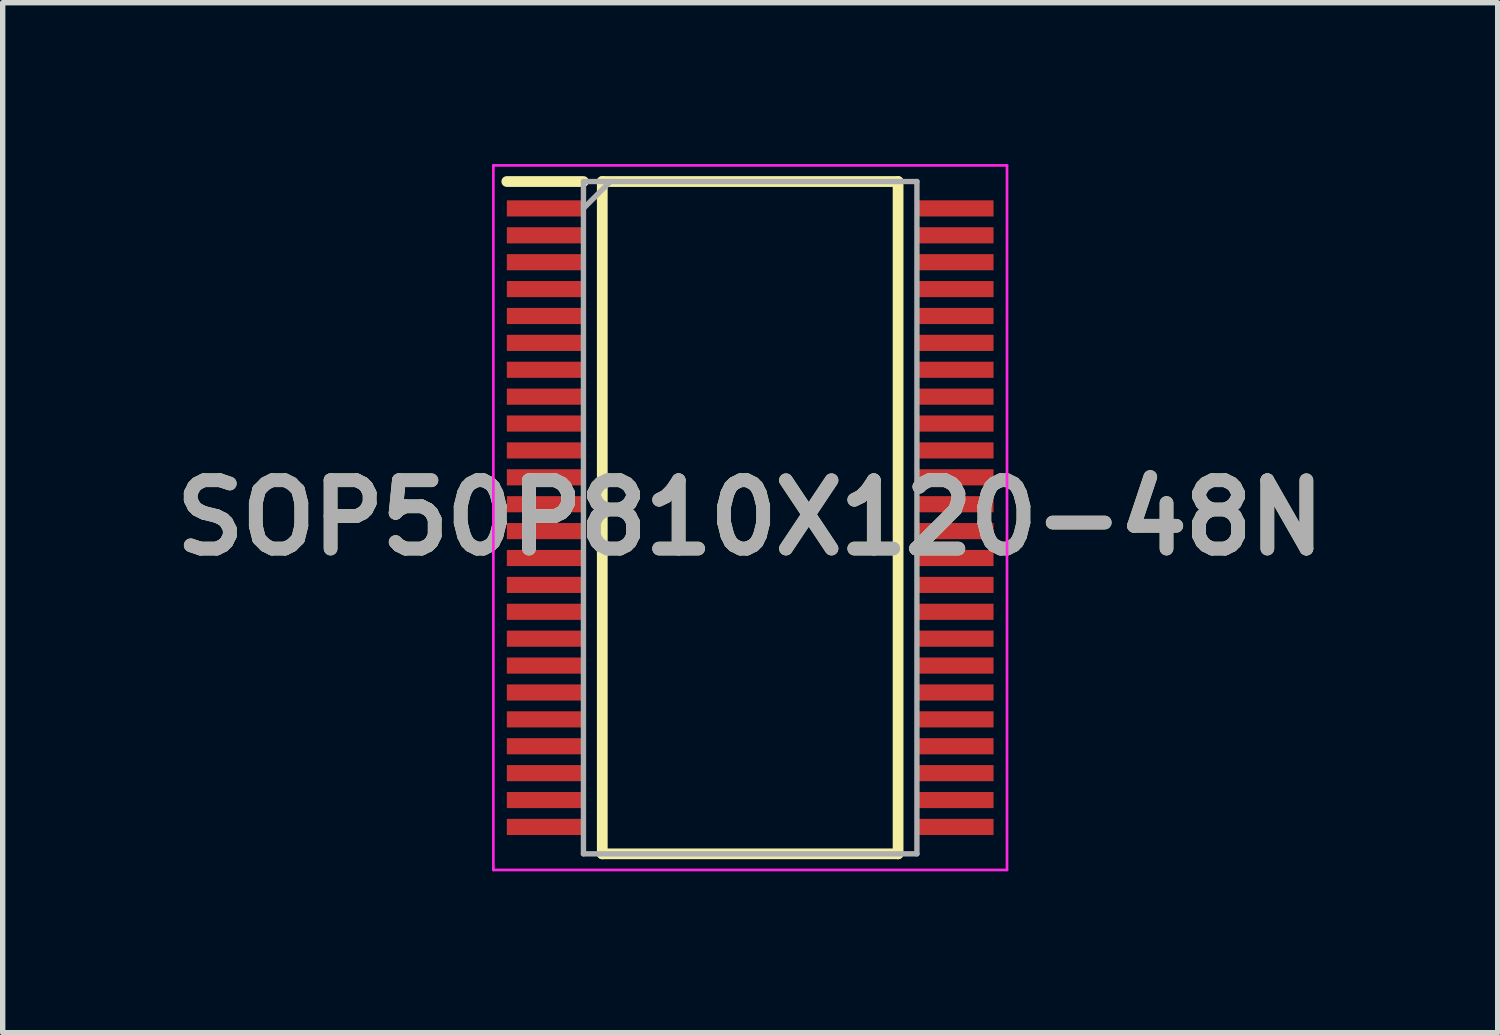
<source format=kicad_pcb>
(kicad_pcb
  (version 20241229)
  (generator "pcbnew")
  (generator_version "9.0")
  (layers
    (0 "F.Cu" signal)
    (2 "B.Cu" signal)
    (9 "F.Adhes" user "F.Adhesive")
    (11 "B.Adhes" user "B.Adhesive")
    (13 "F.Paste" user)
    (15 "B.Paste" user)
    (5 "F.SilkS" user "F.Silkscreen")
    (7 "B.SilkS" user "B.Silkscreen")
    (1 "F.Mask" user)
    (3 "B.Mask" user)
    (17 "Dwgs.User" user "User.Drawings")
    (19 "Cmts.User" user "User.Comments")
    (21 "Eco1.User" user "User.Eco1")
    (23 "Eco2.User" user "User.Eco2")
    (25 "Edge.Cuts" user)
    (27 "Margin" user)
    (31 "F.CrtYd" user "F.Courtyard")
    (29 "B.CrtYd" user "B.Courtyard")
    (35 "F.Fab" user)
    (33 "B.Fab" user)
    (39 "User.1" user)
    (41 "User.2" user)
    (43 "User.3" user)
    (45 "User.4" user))
  (footprint "SOP50P810X120-48N"
    (layer "F.Cu")
    (at 10.898 6.575)
    (property "Reference" "SOP50P810X120-48N" (at 0 0 0) (layer "F.SilkS") (effects (font (size 1.27 1.27) (thickness 0.254))))
    (attr smd)
    (fp_line (start -4.525 -6.25) (end -3.1 -6.25) (stroke (width 0.2) (type solid)) (layer "F.SilkS"))
    (fp_line (start -2.75 -6.25) (end 2.75 -6.25) (stroke (width 0.2) (type solid)) (layer "F.SilkS"))
    (fp_line (start -2.75 6.25) (end -2.75 -6.25) (stroke (width 0.2) (type solid)) (layer "F.SilkS"))
    (fp_line (start 2.75 -6.25) (end 2.75 6.25) (stroke (width 0.2) (type solid)) (layer "F.SilkS"))
    (fp_line (start 2.75 6.25) (end -2.75 6.25) (stroke (width 0.2) (type solid)) (layer "F.SilkS"))
    (fp_line (start -4.775 -6.55) (end 4.775 -6.55) (stroke (width 0.05) (type solid)) (layer "F.CrtYd"))
    (fp_line (start -4.775 6.55) (end -4.775 -6.55) (stroke (width 0.05) (type solid)) (layer "F.CrtYd"))
    (fp_line (start 4.775 -6.55) (end 4.775 6.55) (stroke (width 0.05) (type solid)) (layer "F.CrtYd"))
    (fp_line (start 4.775 6.55) (end -4.775 6.55) (stroke (width 0.05) (type solid)) (layer "F.CrtYd"))
    (fp_line (start -3.1 -6.25) (end 3.1 -6.25) (stroke (width 0.1) (type solid)) (layer "F.Fab"))
    (fp_line (start -3.1 -5.75) (end -2.6 -6.25) (stroke (width 0.1) (type solid)) (layer "F.Fab"))
    (fp_line (start -3.1 6.25) (end -3.1 -6.25) (stroke (width 0.1) (type solid)) (layer "F.Fab"))
    (fp_line (start 3.1 -6.25) (end 3.1 6.25) (stroke (width 0.1) (type solid)) (layer "F.Fab"))
    (fp_line (start 3.1 6.25) (end -3.1 6.25) (stroke (width 0.1) (type solid)) (layer "F.Fab"))
    (fp_text user "${REFERENCE}" (at 0 0 0) (layer "F.Fab") (effects (font (size 1.27 1.27) (thickness 0.254))))
    (pad "1" smd rect (at -3.812 -5.75 90) (size 0.3 1.425) (layers "F.Cu" "F.Mask" "F.Paste"))
    (pad "2" smd rect (at -3.812 -5.25 90) (size 0.3 1.425) (layers "F.Cu" "F.Mask" "F.Paste"))
    (pad "3" smd rect (at -3.812 -4.75 90) (size 0.3 1.425) (layers "F.Cu" "F.Mask" "F.Paste"))
    (pad "4" smd rect (at -3.812 -4.25 90) (size 0.3 1.425) (layers "F.Cu" "F.Mask" "F.Paste"))
    (pad "5" smd rect (at -3.812 -3.75 90) (size 0.3 1.425) (layers "F.Cu" "F.Mask" "F.Paste"))
    (pad "6" smd rect (at -3.812 -3.25 90) (size 0.3 1.425) (layers "F.Cu" "F.Mask" "F.Paste"))
    (pad "7" smd rect (at -3.812 -2.75 90) (size 0.3 1.425) (layers "F.Cu" "F.Mask" "F.Paste"))
    (pad "8" smd rect (at -3.812 -2.25 90) (size 0.3 1.425) (layers "F.Cu" "F.Mask" "F.Paste"))
    (pad "9" smd rect (at -3.812 -1.75 90) (size 0.3 1.425) (layers "F.Cu" "F.Mask" "F.Paste"))
    (pad "10" smd rect (at -3.812 -1.25 90) (size 0.3 1.425) (layers "F.Cu" "F.Mask" "F.Paste"))
    (pad "11" smd rect (at -3.812 -0.75 90) (size 0.3 1.425) (layers "F.Cu" "F.Mask" "F.Paste"))
    (pad "12" smd rect (at -3.812 -0.25 90) (size 0.3 1.425) (layers "F.Cu" "F.Mask" "F.Paste"))
    (pad "13" smd rect (at -3.812 0.25 90) (size 0.3 1.425) (layers "F.Cu" "F.Mask" "F.Paste"))
    (pad "14" smd rect (at -3.812 0.75 90) (size 0.3 1.425) (layers "F.Cu" "F.Mask" "F.Paste"))
    (pad "15" smd rect (at -3.812 1.25 90) (size 0.3 1.425) (layers "F.Cu" "F.Mask" "F.Paste"))
    (pad "16" smd rect (at -3.812 1.75 90) (size 0.3 1.425) (layers "F.Cu" "F.Mask" "F.Paste"))
    (pad "17" smd rect (at -3.812 2.25 90) (size 0.3 1.425) (layers "F.Cu" "F.Mask" "F.Paste"))
    (pad "18" smd rect (at -3.812 2.75 90) (size 0.3 1.425) (layers "F.Cu" "F.Mask" "F.Paste"))
    (pad "19" smd rect (at -3.812 3.25 90) (size 0.3 1.425) (layers "F.Cu" "F.Mask" "F.Paste"))
    (pad "20" smd rect (at -3.812 3.75 90) (size 0.3 1.425) (layers "F.Cu" "F.Mask" "F.Paste"))
    (pad "21" smd rect (at -3.812 4.25 90) (size 0.3 1.425) (layers "F.Cu" "F.Mask" "F.Paste"))
    (pad "22" smd rect (at -3.812 4.75 90) (size 0.3 1.425) (layers "F.Cu" "F.Mask" "F.Paste"))
    (pad "23" smd rect (at -3.812 5.25 90) (size 0.3 1.425) (layers "F.Cu" "F.Mask" "F.Paste"))
    (pad "24" smd rect (at -3.812 5.75 90) (size 0.3 1.425) (layers "F.Cu" "F.Mask" "F.Paste"))
    (pad "25" smd rect (at 3.812 5.75 90) (size 0.3 1.425) (layers "F.Cu" "F.Mask" "F.Paste"))
    (pad "26" smd rect (at 3.812 5.25 90) (size 0.3 1.425) (layers "F.Cu" "F.Mask" "F.Paste"))
    (pad "27" smd rect (at 3.812 4.75 90) (size 0.3 1.425) (layers "F.Cu" "F.Mask" "F.Paste"))
    (pad "28" smd rect (at 3.812 4.25 90) (size 0.3 1.425) (layers "F.Cu" "F.Mask" "F.Paste"))
    (pad "29" smd rect (at 3.812 3.75 90) (size 0.3 1.425) (layers "F.Cu" "F.Mask" "F.Paste"))
    (pad "30" smd rect (at 3.812 3.25 90) (size 0.3 1.425) (layers "F.Cu" "F.Mask" "F.Paste"))
    (pad "31" smd rect (at 3.812 2.75 90) (size 0.3 1.425) (layers "F.Cu" "F.Mask" "F.Paste"))
    (pad "32" smd rect (at 3.812 2.25 90) (size 0.3 1.425) (layers "F.Cu" "F.Mask" "F.Paste"))
    (pad "33" smd rect (at 3.812 1.75 90) (size 0.3 1.425) (layers "F.Cu" "F.Mask" "F.Paste"))
    (pad "34" smd rect (at 3.812 1.25 90) (size 0.3 1.425) (layers "F.Cu" "F.Mask" "F.Paste"))
    (pad "35" smd rect (at 3.812 0.75 90) (size 0.3 1.425) (layers "F.Cu" "F.Mask" "F.Paste"))
    (pad "36" smd rect (at 3.812 0.25 90) (size 0.3 1.425) (layers "F.Cu" "F.Mask" "F.Paste"))
    (pad "37" smd rect (at 3.812 -0.25 90) (size 0.3 1.425) (layers "F.Cu" "F.Mask" "F.Paste"))
    (pad "38" smd rect (at 3.812 -0.75 90) (size 0.3 1.425) (layers "F.Cu" "F.Mask" "F.Paste"))
    (pad "39" smd rect (at 3.812 -1.25 90) (size 0.3 1.425) (layers "F.Cu" "F.Mask" "F.Paste"))
    (pad "40" smd rect (at 3.812 -1.75 90) (size 0.3 1.425) (layers "F.Cu" "F.Mask" "F.Paste"))
    (pad "41" smd rect (at 3.812 -2.25 90) (size 0.3 1.425) (layers "F.Cu" "F.Mask" "F.Paste"))
    (pad "42" smd rect (at 3.812 -2.75 90) (size 0.3 1.425) (layers "F.Cu" "F.Mask" "F.Paste"))
    (pad "43" smd rect (at 3.812 -3.25 90) (size 0.3 1.425) (layers "F.Cu" "F.Mask" "F.Paste"))
    (pad "44" smd rect (at 3.812 -3.75 90) (size 0.3 1.425) (layers "F.Cu" "F.Mask" "F.Paste"))
    (pad "45" smd rect (at 3.812 -4.25 90) (size 0.3 1.425) (layers "F.Cu" "F.Mask" "F.Paste"))
    (pad "46" smd rect (at 3.812 -4.75 90) (size 0.3 1.425) (layers "F.Cu" "F.Mask" "F.Paste"))
    (pad "47" smd rect (at 3.812 -5.25 90) (size 0.3 1.425) (layers "F.Cu" "F.Mask" "F.Paste"))
    (pad "48" smd rect (at 3.812 -5.75 90) (size 0.3 1.425) (layers "F.Cu" "F.Mask" "F.Paste")))
  (gr_rect
    (start -3 -3)
    (end 24.796 16.15)
    (stroke (width 0.1) (type default))
    (fill no)
    (layer "Edge.Cuts")))
</source>
